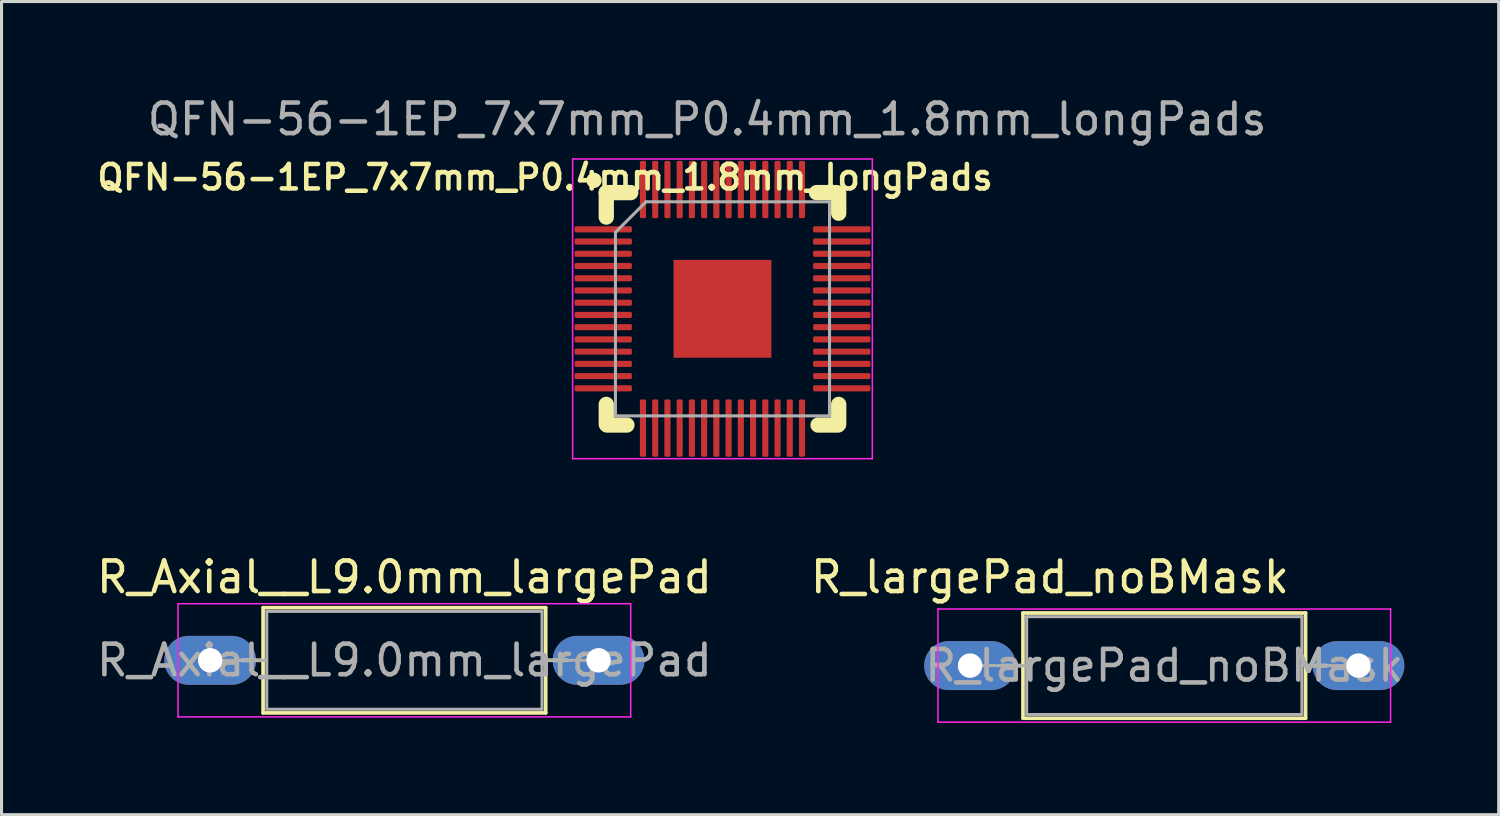
<source format=kicad_pcb>
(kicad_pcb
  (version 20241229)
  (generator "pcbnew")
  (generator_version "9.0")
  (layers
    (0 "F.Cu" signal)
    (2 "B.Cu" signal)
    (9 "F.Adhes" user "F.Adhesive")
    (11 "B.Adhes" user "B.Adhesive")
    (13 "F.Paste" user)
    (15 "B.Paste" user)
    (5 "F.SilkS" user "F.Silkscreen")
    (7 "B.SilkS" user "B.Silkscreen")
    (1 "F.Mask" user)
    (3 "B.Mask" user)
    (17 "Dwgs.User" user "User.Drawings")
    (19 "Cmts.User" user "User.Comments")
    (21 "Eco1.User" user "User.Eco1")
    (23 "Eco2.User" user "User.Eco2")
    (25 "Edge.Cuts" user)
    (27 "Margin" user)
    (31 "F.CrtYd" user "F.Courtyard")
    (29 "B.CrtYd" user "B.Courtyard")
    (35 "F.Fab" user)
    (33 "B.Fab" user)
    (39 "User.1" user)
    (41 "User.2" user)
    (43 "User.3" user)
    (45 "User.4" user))
  (footprint "QFN-56-1EP_7x7mm_P0.4mm_1.8mm_longPads"
    (layer "F.Cu")
    (at 20.574 7.048)
    (property "Reference" "QFN-56-1EP_7x7mm_P0.4mm_1.8mm_longPads" (at -5.8 -4.3 0) (layer "F.SilkS") (effects (font (size 0.8 0.8) (thickness 0.15))))
    (attr smd)
    (fp_line (start -4.2 -4.2) (end -4.2 -4.2) (stroke (width 0.5) (type solid)) (layer "F.SilkS"))
    (fp_line (start -3.8 -3.8) (end -3.8 -3) (stroke (width 0.5) (type solid)) (layer "F.SilkS"))
    (fp_line (start -3.8 3.775) (end -3.8 3.125) (stroke (width 0.5) (type solid)) (layer "F.SilkS"))
    (fp_line (start -3.125 3.8) (end -3.775 3.8) (stroke (width 0.5) (type solid)) (layer "F.SilkS"))
    (fp_line (start -3 -3.8) (end -3.8 -3.8) (stroke (width 0.5) (type solid)) (layer "F.SilkS"))
    (fp_line (start 3.075 -3.8) (end 3.725 -3.8) (stroke (width 0.5) (type solid)) (layer "F.SilkS"))
    (fp_line (start 3.125 3.8) (end 3.775 3.8) (stroke (width 0.5) (type solid)) (layer "F.SilkS"))
    (fp_line (start 3.8 -3.775) (end 3.8 -3.125) (stroke (width 0.5) (type solid)) (layer "F.SilkS"))
    (fp_line (start 3.8 3.775) (end 3.8 3.125) (stroke (width 0.5) (type solid)) (layer "F.SilkS"))
    (fp_line (start -4.9 -4.9) (end -4.9 4.9) (stroke (width 0.05) (type solid)) (layer "F.CrtYd"))
    (fp_line (start -4.9 4.9) (end 4.9 4.9) (stroke (width 0.05) (type solid)) (layer "F.CrtYd"))
    (fp_line (start 4.9 -4.9) (end -4.9 -4.9) (stroke (width 0.05) (type solid)) (layer "F.CrtYd"))
    (fp_line (start 4.9 4.9) (end 4.9 -4.9) (stroke (width 0.05) (type solid)) (layer "F.CrtYd"))
    (fp_line (start -3.5 -2.5) (end -2.5 -3.5) (stroke (width 0.1) (type solid)) (layer "F.Fab"))
    (fp_line (start -3.5 3.5) (end -3.5 -2.5) (stroke (width 0.1) (type solid)) (layer "F.Fab"))
    (fp_line (start -2.5 -3.5) (end 3.5 -3.5) (stroke (width 0.1) (type solid)) (layer "F.Fab"))
    (fp_line (start 3.5 -3.5) (end 3.5 3.5) (stroke (width 0.1) (type solid)) (layer "F.Fab"))
    (fp_line (start 3.5 3.5) (end -3.5 3.5) (stroke (width 0.1) (type solid)) (layer "F.Fab"))
    (fp_text user "${REFERENCE}" (at -0.5 -6.2 180) (layer "F.Fab") (effects (font (size 1 1) (thickness 0.15))))
    (pad "" smd roundrect (at -0.8 -0.8) (size 1.29 1.29) (layers "F.Paste") (roundrect_rratio 0.194))
    (pad "" smd roundrect (at -0.8 0.8) (size 1.29 1.29) (layers "F.Paste") (roundrect_rratio 0.194))
    (pad "" smd roundrect (at 0.8 -0.8) (size 1.29 1.29) (layers "F.Paste") (roundrect_rratio 0.194))
    (pad "" smd roundrect (at 0.8 0.8) (size 1.29 1.29) (layers "F.Paste") (roundrect_rratio 0.194))
    (pad "1" smd roundrect (at -3.9 -2.6) (size 1.875 0.2) (layers "F.Cu" "F.Mask" "F.Paste") (roundrect_rratio 0.25))
    (pad "2" smd roundrect (at -3.9 -2.2) (size 1.875 0.2) (layers "F.Cu" "F.Mask" "F.Paste") (roundrect_rratio 0.25))
    (pad "3" smd roundrect (at -3.9 -1.8) (size 1.875 0.2) (layers "F.Cu" "F.Mask" "F.Paste") (roundrect_rratio 0.25))
    (pad "4" smd roundrect (at -3.9 -1.4) (size 1.875 0.2) (layers "F.Cu" "F.Mask" "F.Paste") (roundrect_rratio 0.25))
    (pad "5" smd roundrect (at -3.9 -1) (size 1.875 0.2) (layers "F.Cu" "F.Mask" "F.Paste") (roundrect_rratio 0.25))
    (pad "6" smd roundrect (at -3.9 -0.6) (size 1.875 0.2) (layers "F.Cu" "F.Mask" "F.Paste") (roundrect_rratio 0.25))
    (pad "7" smd roundrect (at -3.9 -0.2) (size 1.875 0.2) (layers "F.Cu" "F.Mask" "F.Paste") (roundrect_rratio 0.25))
    (pad "8" smd roundrect (at -3.9 0.2) (size 1.875 0.2) (layers "F.Cu" "F.Mask" "F.Paste") (roundrect_rratio 0.25))
    (pad "9" smd roundrect (at -3.9 0.6) (size 1.875 0.2) (layers "F.Cu" "F.Mask" "F.Paste") (roundrect_rratio 0.25))
    (pad "10" smd roundrect (at -3.9 1) (size 1.875 0.2) (layers "F.Cu" "F.Mask" "F.Paste") (roundrect_rratio 0.25))
    (pad "11" smd roundrect (at -3.9 1.4) (size 1.875 0.2) (layers "F.Cu" "F.Mask" "F.Paste") (roundrect_rratio 0.25))
    (pad "12" smd roundrect (at -3.9 1.8) (size 1.875 0.2) (layers "F.Cu" "F.Mask" "F.Paste") (roundrect_rratio 0.25))
    (pad "13" smd roundrect (at -3.9 2.2) (size 1.875 0.2) (layers "F.Cu" "F.Mask" "F.Paste") (roundrect_rratio 0.25))
    (pad "14" smd roundrect (at -3.9 2.6) (size 1.875 0.2) (layers "F.Cu" "F.Mask" "F.Paste") (roundrect_rratio 0.25))
    (pad "15" smd roundrect (at -2.6 3.9) (size 0.2 1.875) (layers "F.Cu" "F.Mask" "F.Paste") (roundrect_rratio 0.25))
    (pad "16" smd roundrect (at -2.2 3.9) (size 0.2 1.875) (layers "F.Cu" "F.Mask" "F.Paste") (roundrect_rratio 0.25))
    (pad "17" smd roundrect (at -1.8 3.9) (size 0.2 1.875) (layers "F.Cu" "F.Mask" "F.Paste") (roundrect_rratio 0.25))
    (pad "18" smd roundrect (at -1.4 3.9) (size 0.2 1.875) (layers "F.Cu" "F.Mask" "F.Paste") (roundrect_rratio 0.25))
    (pad "19" smd roundrect (at -1 3.9) (size 0.2 1.875) (layers "F.Cu" "F.Mask" "F.Paste") (roundrect_rratio 0.25))
    (pad "20" smd roundrect (at -0.6 3.9) (size 0.2 1.875) (layers "F.Cu" "F.Mask" "F.Paste") (roundrect_rratio 0.25))
    (pad "21" smd roundrect (at -0.2 3.9) (size 0.2 1.875) (layers "F.Cu" "F.Mask" "F.Paste") (roundrect_rratio 0.25))
    (pad "22" smd roundrect (at 0.2 3.9) (size 0.2 1.875) (layers "F.Cu" "F.Mask" "F.Paste") (roundrect_rratio 0.25))
    (pad "23" smd roundrect (at 0.6 3.9) (size 0.2 1.875) (layers "F.Cu" "F.Mask" "F.Paste") (roundrect_rratio 0.25))
    (pad "24" smd roundrect (at 1 3.9) (size 0.2 1.875) (layers "F.Cu" "F.Mask" "F.Paste") (roundrect_rratio 0.25))
    (pad "25" smd roundrect (at 1.4 3.9) (size 0.2 1.875) (layers "F.Cu" "F.Mask" "F.Paste") (roundrect_rratio 0.25))
    (pad "26" smd roundrect (at 1.8 3.9) (size 0.2 1.875) (layers "F.Cu" "F.Mask" "F.Paste") (roundrect_rratio 0.25))
    (pad "27" smd roundrect (at 2.2 3.9) (size 0.2 1.875) (layers "F.Cu" "F.Mask" "F.Paste") (roundrect_rratio 0.25))
    (pad "28" smd roundrect (at 2.6 3.9) (size 0.2 1.875) (layers "F.Cu" "F.Mask" "F.Paste") (roundrect_rratio 0.25))
    (pad "29" smd roundrect (at 3.9 2.6) (size 1.875 0.2) (layers "F.Cu" "F.Mask" "F.Paste") (roundrect_rratio 0.25))
    (pad "30" smd roundrect (at 3.9 2.2) (size 1.875 0.2) (layers "F.Cu" "F.Mask" "F.Paste") (roundrect_rratio 0.25))
    (pad "31" smd roundrect (at 3.9 1.8) (size 1.875 0.2) (layers "F.Cu" "F.Mask" "F.Paste") (roundrect_rratio 0.25))
    (pad "32" smd roundrect (at 3.9 1.4) (size 1.875 0.2) (layers "F.Cu" "F.Mask" "F.Paste") (roundrect_rratio 0.25))
    (pad "33" smd roundrect (at 3.9 1) (size 1.875 0.2) (layers "F.Cu" "F.Mask" "F.Paste") (roundrect_rratio 0.25))
    (pad "34" smd roundrect (at 3.9 0.6) (size 1.875 0.2) (layers "F.Cu" "F.Mask" "F.Paste") (roundrect_rratio 0.25))
    (pad "35" smd roundrect (at 3.9 0.2) (size 1.875 0.2) (layers "F.Cu" "F.Mask" "F.Paste") (roundrect_rratio 0.25))
    (pad "36" smd roundrect (at 3.9 -0.2) (size 1.875 0.2) (layers "F.Cu" "F.Mask" "F.Paste") (roundrect_rratio 0.25))
    (pad "37" smd roundrect (at 3.9 -0.6) (size 1.875 0.2) (layers "F.Cu" "F.Mask" "F.Paste") (roundrect_rratio 0.25))
    (pad "38" smd roundrect (at 3.9 -1) (size 1.875 0.2) (layers "F.Cu" "F.Mask" "F.Paste") (roundrect_rratio 0.25))
    (pad "39" smd roundrect (at 3.9 -1.4) (size 1.875 0.2) (layers "F.Cu" "F.Mask" "F.Paste") (roundrect_rratio 0.25))
    (pad "40" smd roundrect (at 3.9 -1.8) (size 1.875 0.2) (layers "F.Cu" "F.Mask" "F.Paste") (roundrect_rratio 0.25))
    (pad "41" smd roundrect (at 3.9 -2.2) (size 1.875 0.2) (layers "F.Cu" "F.Mask" "F.Paste") (roundrect_rratio 0.25))
    (pad "42" smd roundrect (at 3.9 -2.6) (size 1.875 0.2) (layers "F.Cu" "F.Mask" "F.Paste") (roundrect_rratio 0.25))
    (pad "43" smd roundrect (at 2.6 -3.9) (size 0.2 1.875) (layers "F.Cu" "F.Mask" "F.Paste") (roundrect_rratio 0.25))
    (pad "44" smd roundrect (at 2.2 -3.9) (size 0.2 1.875) (layers "F.Cu" "F.Mask" "F.Paste") (roundrect_rratio 0.25))
    (pad "45" smd roundrect (at 1.8 -3.9) (size 0.2 1.875) (layers "F.Cu" "F.Mask" "F.Paste") (roundrect_rratio 0.25))
    (pad "46" smd roundrect (at 1.4 -3.9) (size 0.2 1.875) (layers "F.Cu" "F.Mask" "F.Paste") (roundrect_rratio 0.25))
    (pad "47" smd roundrect (at 1 -3.9) (size 0.2 1.875) (layers "F.Cu" "F.Mask" "F.Paste") (roundrect_rratio 0.25))
    (pad "48" smd roundrect (at 0.6 -3.9) (size 0.2 1.875) (layers "F.Cu" "F.Mask" "F.Paste") (roundrect_rratio 0.25))
    (pad "49" smd roundrect (at 0.2 -3.9) (size 0.2 1.875) (layers "F.Cu" "F.Mask" "F.Paste") (roundrect_rratio 0.25))
    (pad "50" smd roundrect (at -0.2 -3.9) (size 0.2 1.875) (layers "F.Cu" "F.Mask" "F.Paste") (roundrect_rratio 0.25))
    (pad "51" smd roundrect (at -0.6 -3.9) (size 0.2 1.875) (layers "F.Cu" "F.Mask" "F.Paste") (roundrect_rratio 0.25))
    (pad "52" smd roundrect (at -1 -3.9) (size 0.2 1.875) (layers "F.Cu" "F.Mask" "F.Paste") (roundrect_rratio 0.25))
    (pad "53" smd roundrect (at -1.4 -3.9) (size 0.2 1.875) (layers "F.Cu" "F.Mask" "F.Paste") (roundrect_rratio 0.25))
    (pad "54" smd roundrect (at -1.8 -3.9) (size 0.2 1.875) (layers "F.Cu" "F.Mask" "F.Paste") (roundrect_rratio 0.25))
    (pad "55" smd roundrect (at -2.2 -3.9) (size 0.2 1.875) (layers "F.Cu" "F.Mask" "F.Paste") (roundrect_rratio 0.25))
    (pad "56" smd roundrect (at -2.6 -3.9) (size 0.2 1.875) (layers "F.Cu" "F.Mask" "F.Paste") (roundrect_rratio 0.25))
    (pad "57" smd rect (at 0 0) (size 3.2 3.2) (layers "F.Cu" "F.Mask")))
  (footprint "R_Axial__L9.0mm_largePad"
    (layer "F.Cu")
    (at 3.823 18.541)
    (property "Reference" "R_Axial__L9.0mm_largePad" (at 6.35 -2.72 0) (layer "F.SilkS") (effects (font (size 1 1) (thickness 0.15))))
    (attr through_hole)
    (fp_line (start 1.04 0) (end 1.73 0) (stroke (width 0.12) (type solid)) (layer "F.SilkS"))
    (fp_line (start 1.73 -1.72) (end 1.73 1.72) (stroke (width 0.12) (type solid)) (layer "F.SilkS"))
    (fp_line (start 1.73 1.72) (end 10.97 1.72) (stroke (width 0.12) (type solid)) (layer "F.SilkS"))
    (fp_line (start 10.97 -1.72) (end 1.73 -1.72) (stroke (width 0.12) (type solid)) (layer "F.SilkS"))
    (fp_line (start 10.97 1.72) (end 10.97 -1.72) (stroke (width 0.12) (type solid)) (layer "F.SilkS"))
    (fp_line (start 11.66 0) (end 10.97 0) (stroke (width 0.12) (type solid)) (layer "F.SilkS"))
    (fp_line (start -1.05 -1.85) (end -1.05 1.85) (stroke (width 0.05) (type solid)) (layer "F.CrtYd"))
    (fp_line (start -1.05 1.85) (end 13.75 1.85) (stroke (width 0.05) (type solid)) (layer "F.CrtYd"))
    (fp_line (start 13.75 -1.85) (end -1.05 -1.85) (stroke (width 0.05) (type solid)) (layer "F.CrtYd"))
    (fp_line (start 13.75 1.85) (end 13.75 -1.85) (stroke (width 0.05) (type solid)) (layer "F.CrtYd"))
    (fp_line (start 0 0) (end 1.85 0) (stroke (width 0.1) (type solid)) (layer "F.Fab"))
    (fp_line (start 1.85 -1.6) (end 1.85 1.6) (stroke (width 0.1) (type solid)) (layer "F.Fab"))
    (fp_line (start 1.85 1.6) (end 10.85 1.6) (stroke (width 0.1) (type solid)) (layer "F.Fab"))
    (fp_line (start 10.85 -1.6) (end 1.85 -1.6) (stroke (width 0.1) (type solid)) (layer "F.Fab"))
    (fp_line (start 10.85 1.6) (end 10.85 -1.6) (stroke (width 0.1) (type solid)) (layer "F.Fab"))
    (fp_line (start 12.7 0) (end 10.85 0) (stroke (width 0.1) (type solid)) (layer "F.Fab"))
    (fp_text user "${REFERENCE}" (at 6.35 0 0) (layer "F.Fab") (effects (font (size 1 1) (thickness 0.15))))
    (pad "1" thru_hole oval (at 0 0) (size 3 1.6) (drill 0.8) (layers "*.Cu" "*.Mask"))
    (pad "2" thru_hole oval (at 12.7 0) (size 3 1.6) (drill 0.8) (layers "*.Cu" "*.Mask")))
  (footprint "R_largePad_noBMask"
    (layer "F.Cu")
    (at 28.67 18.714)
    (property "Reference" "R_largePad_noBMask" (at 2.609 -2.892 180) (layer "F.SilkS") (effects (font (size 1 1) (thickness 0.15))))
    (attr through_hole)
    (fp_line (start 1.04 0) (end 1.73 0) (stroke (width 0.12) (type solid)) (layer "F.SilkS"))
    (fp_line (start 1.73 -1.72) (end 1.73 1.72) (stroke (width 0.12) (type solid)) (layer "F.SilkS"))
    (fp_line (start 1.73 1.72) (end 10.97 1.72) (stroke (width 0.12) (type solid)) (layer "F.SilkS"))
    (fp_line (start 10.97 -1.72) (end 1.73 -1.72) (stroke (width 0.12) (type solid)) (layer "F.SilkS"))
    (fp_line (start 10.97 1.72) (end 10.97 -1.72) (stroke (width 0.12) (type solid)) (layer "F.SilkS"))
    (fp_line (start 11.66 0) (end 10.97 0) (stroke (width 0.12) (type solid)) (layer "F.SilkS"))
    (fp_line (start -1.05 -1.85) (end -1.05 1.85) (stroke (width 0.05) (type solid)) (layer "F.CrtYd"))
    (fp_line (start -1.05 1.85) (end 13.75 1.85) (stroke (width 0.05) (type solid)) (layer "F.CrtYd"))
    (fp_line (start 13.75 -1.85) (end -1.05 -1.85) (stroke (width 0.05) (type solid)) (layer "F.CrtYd"))
    (fp_line (start 13.75 1.85) (end 13.75 -1.85) (stroke (width 0.05) (type solid)) (layer "F.CrtYd"))
    (fp_line (start 0 0) (end 1.85 0) (stroke (width 0.1) (type solid)) (layer "F.Fab"))
    (fp_line (start 1.85 -1.6) (end 1.85 1.6) (stroke (width 0.1) (type solid)) (layer "F.Fab"))
    (fp_line (start 1.85 1.6) (end 10.85 1.6) (stroke (width 0.1) (type solid)) (layer "F.Fab"))
    (fp_line (start 10.85 -1.6) (end 1.85 -1.6) (stroke (width 0.1) (type solid)) (layer "F.Fab"))
    (fp_line (start 10.85 1.6) (end 10.85 -1.6) (stroke (width 0.1) (type solid)) (layer "F.Fab"))
    (fp_line (start 12.7 0) (end 10.85 0) (stroke (width 0.1) (type solid)) (layer "F.Fab"))
    (fp_text user "${REFERENCE}" (at 6.35 0 180) (layer "F.Fab") (effects (font (size 1 1) (thickness 0.15))))
    (pad "1" thru_hole oval (at 0 0) (size 3 1.6) (drill 0.8) (layers "*.Cu" "F.Mask"))
    (pad "2" thru_hole oval (at 12.7 0) (size 3 1.6) (drill 0.8) (layers "*.Cu" "F.Mask")))
  (gr_rect
    (start -3 -3)
    (end 45.955 23.589)
    (stroke (width 0.1) (type default))
    (fill no)
    (layer "Edge.Cuts")))
</source>
